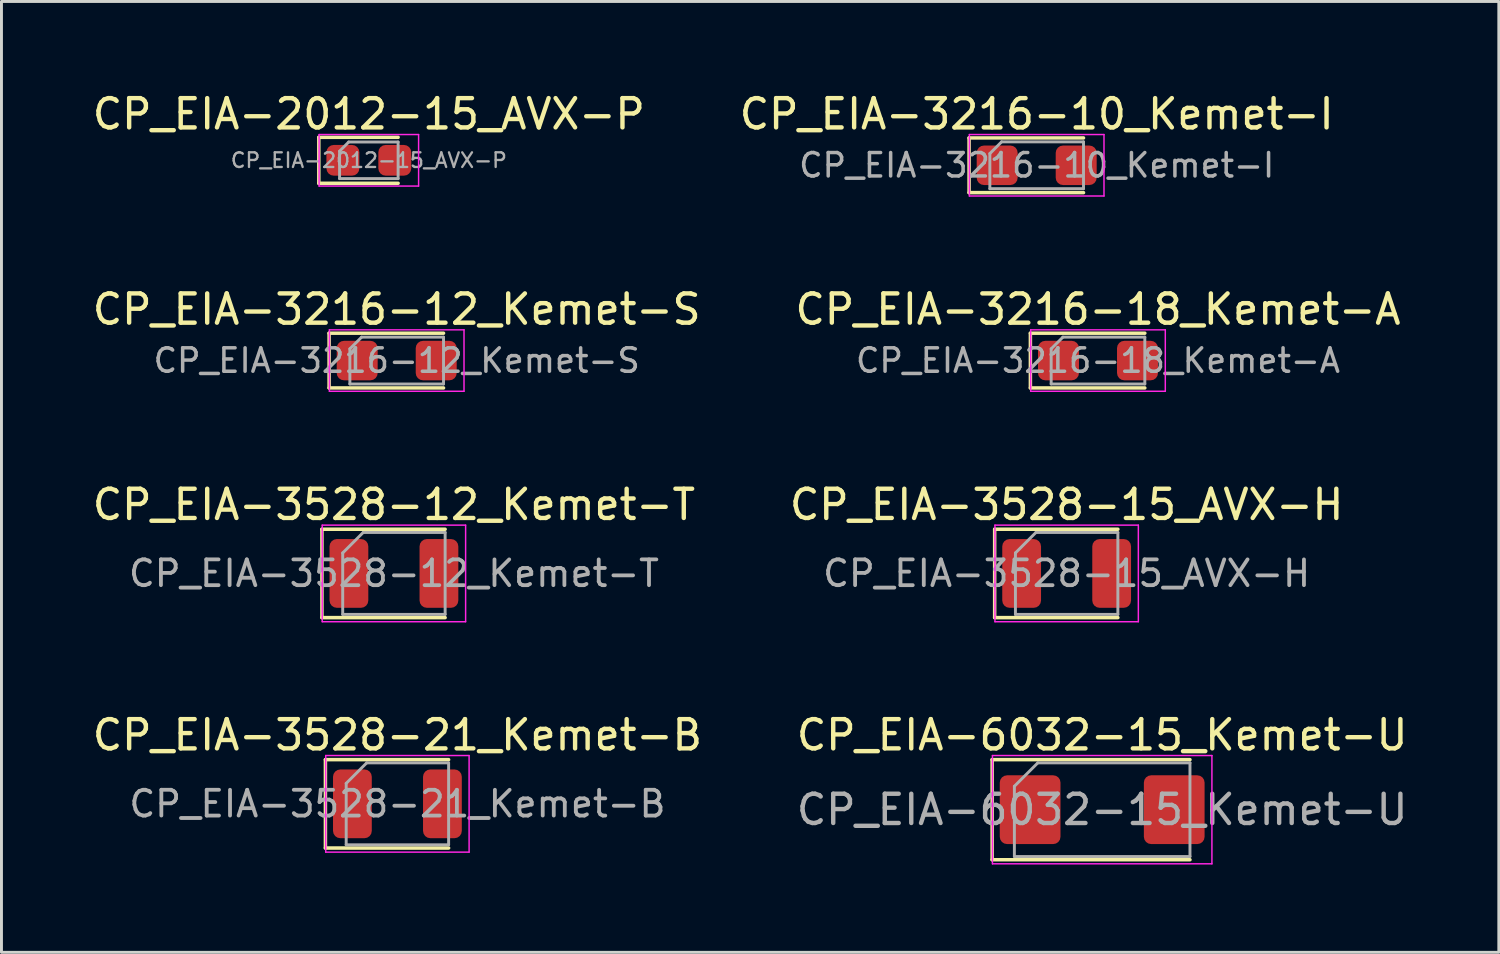
<source format=kicad_pcb>
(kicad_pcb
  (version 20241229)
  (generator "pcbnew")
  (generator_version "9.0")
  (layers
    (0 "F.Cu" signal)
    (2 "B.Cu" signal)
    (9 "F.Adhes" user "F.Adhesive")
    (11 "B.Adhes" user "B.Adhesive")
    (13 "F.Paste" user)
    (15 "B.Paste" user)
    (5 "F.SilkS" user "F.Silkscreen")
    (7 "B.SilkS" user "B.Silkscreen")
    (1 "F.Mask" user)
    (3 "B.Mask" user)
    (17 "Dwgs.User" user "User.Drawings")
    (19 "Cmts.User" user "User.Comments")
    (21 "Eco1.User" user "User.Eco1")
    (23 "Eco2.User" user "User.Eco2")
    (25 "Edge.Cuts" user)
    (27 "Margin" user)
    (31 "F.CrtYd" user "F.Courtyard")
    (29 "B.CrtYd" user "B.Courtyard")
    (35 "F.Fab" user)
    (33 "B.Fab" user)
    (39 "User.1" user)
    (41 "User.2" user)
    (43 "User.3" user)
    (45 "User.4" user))
  (footprint "CP_EIA-3528-21_Kemet-B"
    (layer "F.Cu")
    (at 10.53 24.418)
    (property "Reference" "CP_EIA-3528-21_Kemet-B" (at 0 -2.35 0) (layer "F.SilkS") (effects (font (size 1 1) (thickness 0.15))))
    (attr smd)
    (fp_line (start -2.46 -1.51) (end -2.46 1.51) (stroke (width 0.12) (type solid)) (layer "F.SilkS"))
    (fp_line (start -2.46 1.51) (end 1.75 1.51) (stroke (width 0.12) (type solid)) (layer "F.SilkS"))
    (fp_line (start 1.75 -1.51) (end -2.46 -1.51) (stroke (width 0.12) (type solid)) (layer "F.SilkS"))
    (fp_line (start -2.45 -1.65) (end 2.45 -1.65) (stroke (width 0.05) (type solid)) (layer "F.CrtYd"))
    (fp_line (start -2.45 1.65) (end -2.45 -1.65) (stroke (width 0.05) (type solid)) (layer "F.CrtYd"))
    (fp_line (start 2.45 -1.65) (end 2.45 1.65) (stroke (width 0.05) (type solid)) (layer "F.CrtYd"))
    (fp_line (start 2.45 1.65) (end -2.45 1.65) (stroke (width 0.05) (type solid)) (layer "F.CrtYd"))
    (fp_line (start -1.75 -0.7) (end -1.75 1.4) (stroke (width 0.1) (type solid)) (layer "F.Fab"))
    (fp_line (start -1.75 1.4) (end 1.75 1.4) (stroke (width 0.1) (type solid)) (layer "F.Fab"))
    (fp_line (start -1.05 -1.4) (end -1.75 -0.7) (stroke (width 0.1) (type solid)) (layer "F.Fab"))
    (fp_line (start 1.75 -1.4) (end -1.05 -1.4) (stroke (width 0.1) (type solid)) (layer "F.Fab"))
    (fp_line (start 1.75 1.4) (end 1.75 -1.4) (stroke (width 0.1) (type solid)) (layer "F.Fab"))
    (fp_text user "${REFERENCE}" (at 0 0 0) (layer "F.Fab") (effects (font (size 0.88 0.88) (thickness 0.13))))
    (pad "1" smd roundrect (at -1.538 0) (size 1.325 2.35) (layers "F.Cu" "F.Mask" "F.Paste") (roundrect_rratio 0.189))
    (pad "2" smd roundrect (at 1.538 0) (size 1.325 2.35) (layers "F.Cu" "F.Mask" "F.Paste") (roundrect_rratio 0.189)))
  (footprint "CP_EIA-3528-15_AVX-H"
    (layer "F.Cu")
    (at 33.399 16.545)
    (property "Reference" "CP_EIA-3528-15_AVX-H" (at 0 -2.35 0) (layer "F.SilkS") (effects (font (size 1 1) (thickness 0.15))))
    (attr smd)
    (fp_line (start -2.46 -1.51) (end -2.46 1.51) (stroke (width 0.12) (type solid)) (layer "F.SilkS"))
    (fp_line (start -2.46 1.51) (end 1.75 1.51) (stroke (width 0.12) (type solid)) (layer "F.SilkS"))
    (fp_line (start 1.75 -1.51) (end -2.46 -1.51) (stroke (width 0.12) (type solid)) (layer "F.SilkS"))
    (fp_line (start -2.45 -1.65) (end 2.45 -1.65) (stroke (width 0.05) (type solid)) (layer "F.CrtYd"))
    (fp_line (start -2.45 1.65) (end -2.45 -1.65) (stroke (width 0.05) (type solid)) (layer "F.CrtYd"))
    (fp_line (start 2.45 -1.65) (end 2.45 1.65) (stroke (width 0.05) (type solid)) (layer "F.CrtYd"))
    (fp_line (start 2.45 1.65) (end -2.45 1.65) (stroke (width 0.05) (type solid)) (layer "F.CrtYd"))
    (fp_line (start -1.75 -0.7) (end -1.75 1.4) (stroke (width 0.1) (type solid)) (layer "F.Fab"))
    (fp_line (start -1.75 1.4) (end 1.75 1.4) (stroke (width 0.1) (type solid)) (layer "F.Fab"))
    (fp_line (start -1.05 -1.4) (end -1.75 -0.7) (stroke (width 0.1) (type solid)) (layer "F.Fab"))
    (fp_line (start 1.75 -1.4) (end -1.05 -1.4) (stroke (width 0.1) (type solid)) (layer "F.Fab"))
    (fp_line (start 1.75 1.4) (end 1.75 -1.4) (stroke (width 0.1) (type solid)) (layer "F.Fab"))
    (fp_text user "${REFERENCE}" (at 0 0 0) (layer "F.Fab") (effects (font (size 0.88 0.88) (thickness 0.13))))
    (pad "1" smd roundrect (at -1.538 0) (size 1.325 2.35) (layers "F.Cu" "F.Mask" "F.Paste") (roundrect_rratio 0.189))
    (pad "2" smd roundrect (at 1.538 0) (size 1.325 2.35) (layers "F.Cu" "F.Mask" "F.Paste") (roundrect_rratio 0.189)))
  (footprint "CP_EIA-6032-15_Kemet-U"
    (layer "F.Cu")
    (at 34.613 24.618)
    (property "Reference" "CP_EIA-6032-15_Kemet-U" (at 0 -2.55 0) (layer "F.SilkS") (effects (font (size 1 1) (thickness 0.15))))
    (attr smd)
    (fp_line (start -3.76 -1.71) (end -3.76 1.71) (stroke (width 0.12) (type solid)) (layer "F.SilkS"))
    (fp_line (start -3.76 1.71) (end 3 1.71) (stroke (width 0.12) (type solid)) (layer "F.SilkS"))
    (fp_line (start 3 -1.71) (end -3.76 -1.71) (stroke (width 0.12) (type solid)) (layer "F.SilkS"))
    (fp_line (start -3.75 -1.85) (end 3.75 -1.85) (stroke (width 0.05) (type solid)) (layer "F.CrtYd"))
    (fp_line (start -3.75 1.85) (end -3.75 -1.85) (stroke (width 0.05) (type solid)) (layer "F.CrtYd"))
    (fp_line (start 3.75 -1.85) (end 3.75 1.85) (stroke (width 0.05) (type solid)) (layer "F.CrtYd"))
    (fp_line (start 3.75 1.85) (end -3.75 1.85) (stroke (width 0.05) (type solid)) (layer "F.CrtYd"))
    (fp_line (start -3 -0.8) (end -3 1.6) (stroke (width 0.1) (type solid)) (layer "F.Fab"))
    (fp_line (start -3 1.6) (end 3 1.6) (stroke (width 0.1) (type solid)) (layer "F.Fab"))
    (fp_line (start -2.2 -1.6) (end -3 -0.8) (stroke (width 0.1) (type solid)) (layer "F.Fab"))
    (fp_line (start 3 -1.6) (end -2.2 -1.6) (stroke (width 0.1) (type solid)) (layer "F.Fab"))
    (fp_line (start 3 1.6) (end 3 -1.6) (stroke (width 0.1) (type solid)) (layer "F.Fab"))
    (fp_text user "${REFERENCE}" (at 0 0 0) (layer "F.Fab") (effects (font (size 1 1) (thickness 0.15))))
    (pad "1" smd roundrect (at -2.462 0) (size 2.075 2.35) (layers "F.Cu" "F.Mask" "F.Paste") (roundrect_rratio 0.12))
    (pad "2" smd roundrect (at 2.462 0) (size 2.075 2.35) (layers "F.Cu" "F.Mask" "F.Paste") (roundrect_rratio 0.12)))
  (footprint "CP_EIA-2012-15_AVX-P"
    (layer "F.Cu")
    (at 9.554 2.428)
    (property "Reference" "CP_EIA-2012-15_AVX-P" (at 0 -1.58 0) (layer "F.SilkS") (effects (font (size 1 1) (thickness 0.15))))
    (attr smd)
    (fp_line (start -1.71 -0.785) (end -1.71 0.785) (stroke (width 0.12) (type solid)) (layer "F.SilkS"))
    (fp_line (start -1.71 0.785) (end 1 0.785) (stroke (width 0.12) (type solid)) (layer "F.SilkS"))
    (fp_line (start 1 -0.785) (end -1.71 -0.785) (stroke (width 0.12) (type solid)) (layer "F.SilkS"))
    (fp_line (start -1.7 -0.88) (end 1.7 -0.88) (stroke (width 0.05) (type solid)) (layer "F.CrtYd"))
    (fp_line (start -1.7 0.88) (end -1.7 -0.88) (stroke (width 0.05) (type solid)) (layer "F.CrtYd"))
    (fp_line (start 1.7 -0.88) (end 1.7 0.88) (stroke (width 0.05) (type solid)) (layer "F.CrtYd"))
    (fp_line (start 1.7 0.88) (end -1.7 0.88) (stroke (width 0.05) (type solid)) (layer "F.CrtYd"))
    (fp_line (start -1 -0.312) (end -1 0.625) (stroke (width 0.1) (type solid)) (layer "F.Fab"))
    (fp_line (start -1 0.625) (end 1 0.625) (stroke (width 0.1) (type solid)) (layer "F.Fab"))
    (fp_line (start -0.688 -0.625) (end -1 -0.312) (stroke (width 0.1) (type solid)) (layer "F.Fab"))
    (fp_line (start 1 -0.625) (end -0.688 -0.625) (stroke (width 0.1) (type solid)) (layer "F.Fab"))
    (fp_line (start 1 0.625) (end 1 -0.625) (stroke (width 0.1) (type solid)) (layer "F.Fab"))
    (fp_text user "${REFERENCE}" (at 0 0 0) (layer "F.Fab") (effects (font (size 0.5 0.5) (thickness 0.08))))
    (pad "1" smd roundrect (at -0.887 0) (size 1.125 1.05) (layers "F.Cu" "F.Mask" "F.Paste") (roundrect_rratio 0.238))
    (pad "2" smd roundrect (at 0.887 0) (size 1.125 1.05) (layers "F.Cu" "F.Mask" "F.Paste") (roundrect_rratio 0.238)))
  (footprint "CP_EIA-3216-10_Kemet-I"
    (layer "F.Cu")
    (at 32.375 2.598)
    (property "Reference" "CP_EIA-3216-10_Kemet-I" (at 0 -1.75 0) (layer "F.SilkS") (effects (font (size 1 1) (thickness 0.15))))
    (attr smd)
    (fp_line (start -2.31 -0.935) (end -2.31 0.935) (stroke (width 0.12) (type solid)) (layer "F.SilkS"))
    (fp_line (start -2.31 0.935) (end 1.6 0.935) (stroke (width 0.12) (type solid)) (layer "F.SilkS"))
    (fp_line (start 1.6 -0.935) (end -2.31 -0.935) (stroke (width 0.12) (type solid)) (layer "F.SilkS"))
    (fp_line (start -2.3 -1.05) (end 2.3 -1.05) (stroke (width 0.05) (type solid)) (layer "F.CrtYd"))
    (fp_line (start -2.3 1.05) (end -2.3 -1.05) (stroke (width 0.05) (type solid)) (layer "F.CrtYd"))
    (fp_line (start 2.3 -1.05) (end 2.3 1.05) (stroke (width 0.05) (type solid)) (layer "F.CrtYd"))
    (fp_line (start 2.3 1.05) (end -2.3 1.05) (stroke (width 0.05) (type solid)) (layer "F.CrtYd"))
    (fp_line (start -1.6 -0.4) (end -1.6 0.8) (stroke (width 0.1) (type solid)) (layer "F.Fab"))
    (fp_line (start -1.6 0.8) (end 1.6 0.8) (stroke (width 0.1) (type solid)) (layer "F.Fab"))
    (fp_line (start -1.2 -0.8) (end -1.6 -0.4) (stroke (width 0.1) (type solid)) (layer "F.Fab"))
    (fp_line (start 1.6 -0.8) (end -1.2 -0.8) (stroke (width 0.1) (type solid)) (layer "F.Fab"))
    (fp_line (start 1.6 0.8) (end 1.6 -0.8) (stroke (width 0.1) (type solid)) (layer "F.Fab"))
    (fp_text user "${REFERENCE}" (at 0 0 0) (layer "F.Fab") (effects (font (size 0.8 0.8) (thickness 0.12))))
    (pad "1" smd roundrect (at -1.35 0) (size 1.4 1.35) (layers "F.Cu" "F.Mask" "F.Paste") (roundrect_rratio 0.185))
    (pad "2" smd roundrect (at 1.35 0) (size 1.4 1.35) (layers "F.Cu" "F.Mask" "F.Paste") (roundrect_rratio 0.185)))
  (footprint "CP_EIA-3216-12_Kemet-S"
    (layer "F.Cu")
    (at 10.506 9.271)
    (property "Reference" "CP_EIA-3216-12_Kemet-S" (at 0 -1.75 0) (layer "F.SilkS") (effects (font (size 1 1) (thickness 0.15))))
    (attr smd)
    (fp_line (start -2.31 -0.935) (end -2.31 0.935) (stroke (width 0.12) (type solid)) (layer "F.SilkS"))
    (fp_line (start -2.31 0.935) (end 1.6 0.935) (stroke (width 0.12) (type solid)) (layer "F.SilkS"))
    (fp_line (start 1.6 -0.935) (end -2.31 -0.935) (stroke (width 0.12) (type solid)) (layer "F.SilkS"))
    (fp_line (start -2.3 -1.05) (end 2.3 -1.05) (stroke (width 0.05) (type solid)) (layer "F.CrtYd"))
    (fp_line (start -2.3 1.05) (end -2.3 -1.05) (stroke (width 0.05) (type solid)) (layer "F.CrtYd"))
    (fp_line (start 2.3 -1.05) (end 2.3 1.05) (stroke (width 0.05) (type solid)) (layer "F.CrtYd"))
    (fp_line (start 2.3 1.05) (end -2.3 1.05) (stroke (width 0.05) (type solid)) (layer "F.CrtYd"))
    (fp_line (start -1.6 -0.4) (end -1.6 0.8) (stroke (width 0.1) (type solid)) (layer "F.Fab"))
    (fp_line (start -1.6 0.8) (end 1.6 0.8) (stroke (width 0.1) (type solid)) (layer "F.Fab"))
    (fp_line (start -1.2 -0.8) (end -1.6 -0.4) (stroke (width 0.1) (type solid)) (layer "F.Fab"))
    (fp_line (start 1.6 -0.8) (end -1.2 -0.8) (stroke (width 0.1) (type solid)) (layer "F.Fab"))
    (fp_line (start 1.6 0.8) (end 1.6 -0.8) (stroke (width 0.1) (type solid)) (layer "F.Fab"))
    (fp_text user "${REFERENCE}" (at 0 0 0) (layer "F.Fab") (effects (font (size 0.8 0.8) (thickness 0.12))))
    (pad "1" smd roundrect (at -1.35 0) (size 1.4 1.35) (layers "F.Cu" "F.Mask" "F.Paste") (roundrect_rratio 0.185))
    (pad "2" smd roundrect (at 1.35 0) (size 1.4 1.35) (layers "F.Cu" "F.Mask" "F.Paste") (roundrect_rratio 0.185)))
  (footprint "CP_EIA-3528-12_Kemet-T"
    (layer "F.Cu")
    (at 10.411 16.545)
    (property "Reference" "CP_EIA-3528-12_Kemet-T" (at 0 -2.35 0) (layer "F.SilkS") (effects (font (size 1 1) (thickness 0.15))))
    (attr smd)
    (fp_line (start -2.46 -1.51) (end -2.46 1.51) (stroke (width 0.12) (type solid)) (layer "F.SilkS"))
    (fp_line (start -2.46 1.51) (end 1.75 1.51) (stroke (width 0.12) (type solid)) (layer "F.SilkS"))
    (fp_line (start 1.75 -1.51) (end -2.46 -1.51) (stroke (width 0.12) (type solid)) (layer "F.SilkS"))
    (fp_line (start -2.45 -1.65) (end 2.45 -1.65) (stroke (width 0.05) (type solid)) (layer "F.CrtYd"))
    (fp_line (start -2.45 1.65) (end -2.45 -1.65) (stroke (width 0.05) (type solid)) (layer "F.CrtYd"))
    (fp_line (start 2.45 -1.65) (end 2.45 1.65) (stroke (width 0.05) (type solid)) (layer "F.CrtYd"))
    (fp_line (start 2.45 1.65) (end -2.45 1.65) (stroke (width 0.05) (type solid)) (layer "F.CrtYd"))
    (fp_line (start -1.75 -0.7) (end -1.75 1.4) (stroke (width 0.1) (type solid)) (layer "F.Fab"))
    (fp_line (start -1.75 1.4) (end 1.75 1.4) (stroke (width 0.1) (type solid)) (layer "F.Fab"))
    (fp_line (start -1.05 -1.4) (end -1.75 -0.7) (stroke (width 0.1) (type solid)) (layer "F.Fab"))
    (fp_line (start 1.75 -1.4) (end -1.05 -1.4) (stroke (width 0.1) (type solid)) (layer "F.Fab"))
    (fp_line (start 1.75 1.4) (end 1.75 -1.4) (stroke (width 0.1) (type solid)) (layer "F.Fab"))
    (fp_text user "${REFERENCE}" (at 0 0 0) (layer "F.Fab") (effects (font (size 0.88 0.88) (thickness 0.13))))
    (pad "1" smd roundrect (at -1.538 0) (size 1.325 2.35) (layers "F.Cu" "F.Mask" "F.Paste") (roundrect_rratio 0.189))
    (pad "2" smd roundrect (at 1.538 0) (size 1.325 2.35) (layers "F.Cu" "F.Mask" "F.Paste") (roundrect_rratio 0.189)))
  (footprint "CP_EIA-3216-18_Kemet-A"
    (layer "F.Cu")
    (at 34.47 9.271)
    (property "Reference" "CP_EIA-3216-18_Kemet-A" (at 0 -1.75 0) (layer "F.SilkS") (effects (font (size 1 1) (thickness 0.15))))
    (attr smd)
    (fp_line (start -2.31 -0.935) (end -2.31 0.935) (stroke (width 0.12) (type solid)) (layer "F.SilkS"))
    (fp_line (start -2.31 0.935) (end 1.6 0.935) (stroke (width 0.12) (type solid)) (layer "F.SilkS"))
    (fp_line (start 1.6 -0.935) (end -2.31 -0.935) (stroke (width 0.12) (type solid)) (layer "F.SilkS"))
    (fp_line (start -2.3 -1.05) (end 2.3 -1.05) (stroke (width 0.05) (type solid)) (layer "F.CrtYd"))
    (fp_line (start -2.3 1.05) (end -2.3 -1.05) (stroke (width 0.05) (type solid)) (layer "F.CrtYd"))
    (fp_line (start 2.3 -1.05) (end 2.3 1.05) (stroke (width 0.05) (type solid)) (layer "F.CrtYd"))
    (fp_line (start 2.3 1.05) (end -2.3 1.05) (stroke (width 0.05) (type solid)) (layer "F.CrtYd"))
    (fp_line (start -1.6 -0.4) (end -1.6 0.8) (stroke (width 0.1) (type solid)) (layer "F.Fab"))
    (fp_line (start -1.6 0.8) (end 1.6 0.8) (stroke (width 0.1) (type solid)) (layer "F.Fab"))
    (fp_line (start -1.2 -0.8) (end -1.6 -0.4) (stroke (width 0.1) (type solid)) (layer "F.Fab"))
    (fp_line (start 1.6 -0.8) (end -1.2 -0.8) (stroke (width 0.1) (type solid)) (layer "F.Fab"))
    (fp_line (start 1.6 0.8) (end 1.6 -0.8) (stroke (width 0.1) (type solid)) (layer "F.Fab"))
    (fp_text user "${REFERENCE}" (at 0 0 0) (layer "F.Fab") (effects (font (size 0.8 0.8) (thickness 0.12))))
    (pad "1" smd roundrect (at -1.35 0) (size 1.4 1.35) (layers "F.Cu" "F.Mask" "F.Paste") (roundrect_rratio 0.185))
    (pad "2" smd roundrect (at 1.35 0) (size 1.4 1.35) (layers "F.Cu" "F.Mask" "F.Paste") (roundrect_rratio 0.185)))
  (gr_rect
    (start -3 -3)
    (end 48.167 29.493)
    (stroke (width 0.1) (type default))
    (fill no)
    (layer "Edge.Cuts")))
</source>
